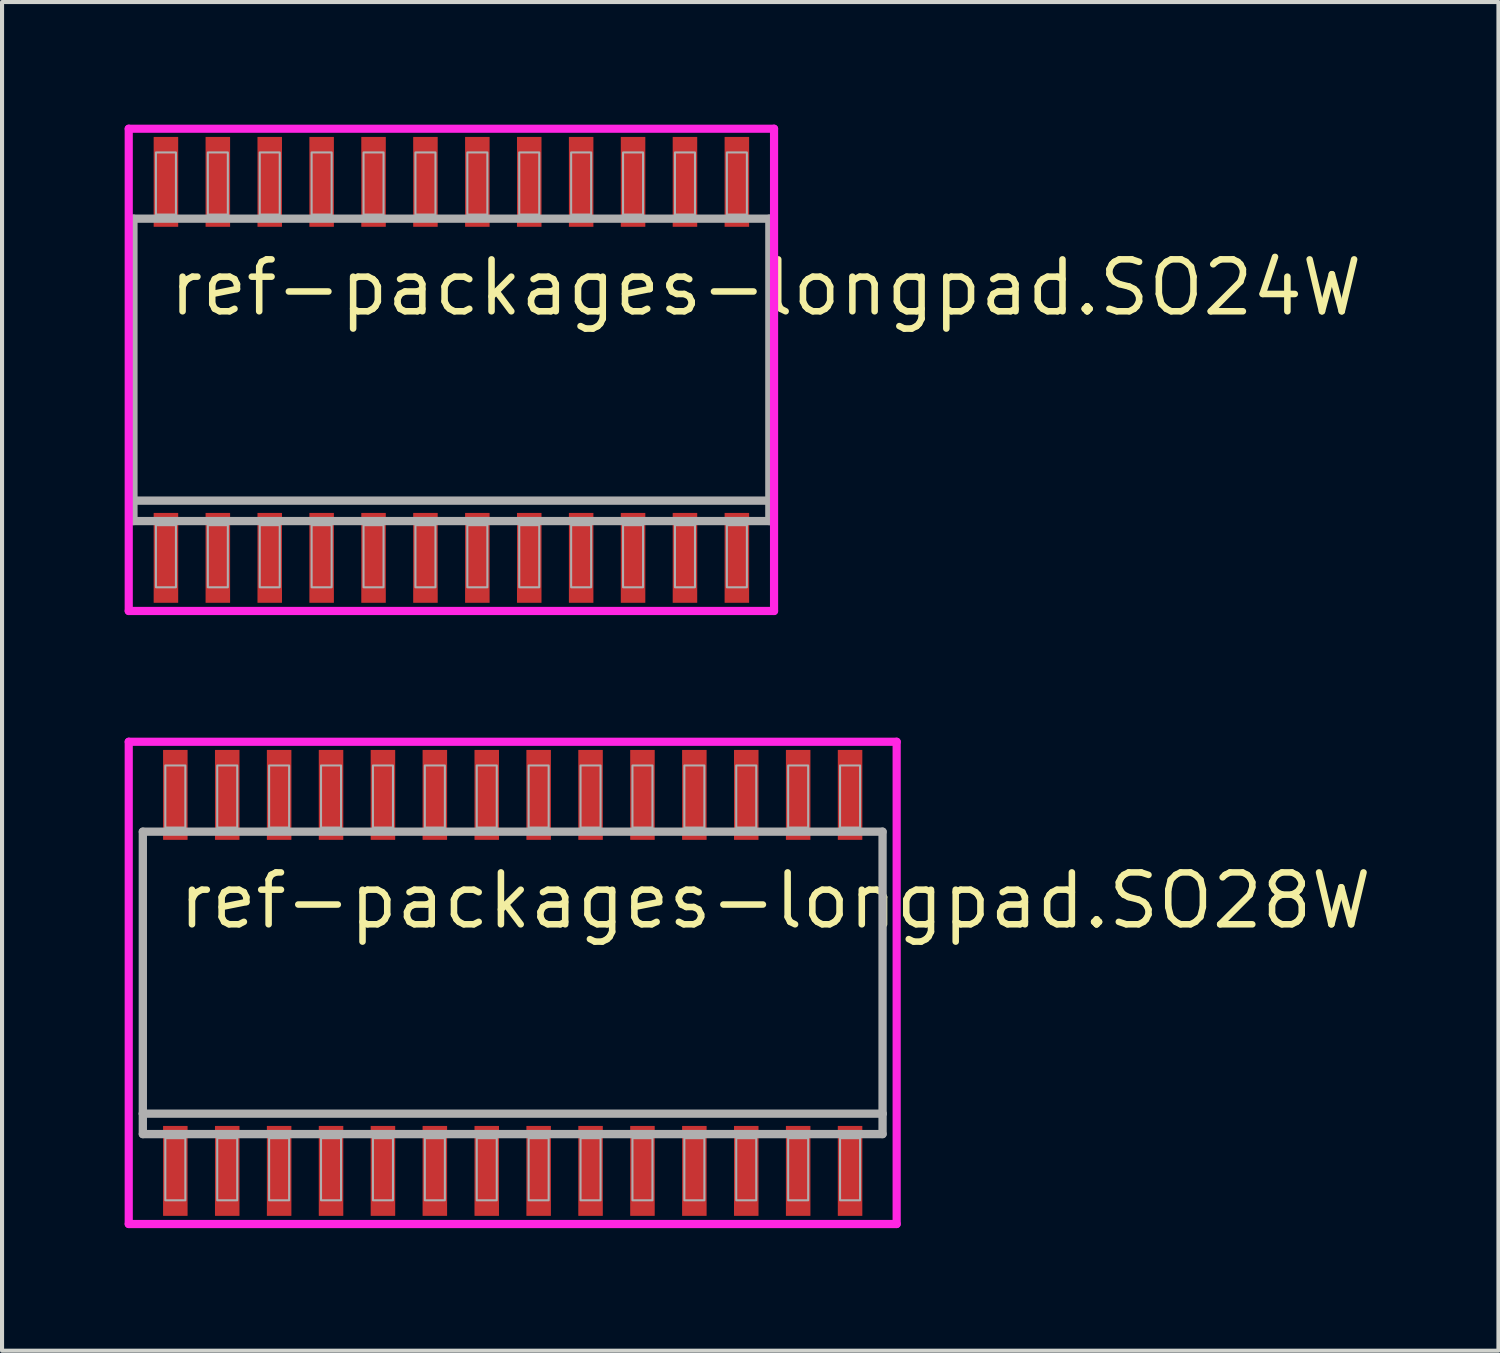
<source format=kicad_pcb>
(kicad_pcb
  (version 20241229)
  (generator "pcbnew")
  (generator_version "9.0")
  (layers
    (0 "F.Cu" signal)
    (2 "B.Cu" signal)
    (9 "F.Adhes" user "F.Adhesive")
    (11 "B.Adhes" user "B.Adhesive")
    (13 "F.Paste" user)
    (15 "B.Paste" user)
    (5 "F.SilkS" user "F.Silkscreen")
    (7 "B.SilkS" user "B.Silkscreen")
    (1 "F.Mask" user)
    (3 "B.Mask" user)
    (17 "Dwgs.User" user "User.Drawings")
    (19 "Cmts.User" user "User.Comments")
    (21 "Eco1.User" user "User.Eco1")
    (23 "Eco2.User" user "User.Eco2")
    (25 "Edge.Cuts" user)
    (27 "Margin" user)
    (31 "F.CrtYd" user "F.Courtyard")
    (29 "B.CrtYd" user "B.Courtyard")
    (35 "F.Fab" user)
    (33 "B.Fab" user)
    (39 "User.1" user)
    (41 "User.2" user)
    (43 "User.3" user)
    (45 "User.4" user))
  (footprint "ref-packages-longpad.SO24W"
    (layer "F.Cu")
    (at 7.995 6)
    (property "Reference" "ref-packages-longpad.SO24W" (at -6.985 -1.27 0) (layer "F.SilkS") (effects (font (size 1.27 1.27) (thickness 0.16)) (justify left bottom)))
    (attr smd)
    (fp_line (start -7.895 -5.9) (end 7.895 -5.9) (stroke (width 0.2) (type default)) (layer "F.CrtYd"))
    (fp_line (start -7.895 5.9) (end -7.895 -5.9) (stroke (width 0.2) (type default)) (layer "F.CrtYd"))
    (fp_line (start 7.895 -5.9) (end 7.895 5.9) (stroke (width 0.2) (type default)) (layer "F.CrtYd"))
    (fp_line (start 7.895 5.9) (end -7.895 5.9) (stroke (width 0.2) (type default)) (layer "F.CrtYd"))
    (fp_line (start -7.78 -3.7) (end 7.78 -3.7) (stroke (width 0.203) (type default)) (layer "F.Fab"))
    (fp_line (start -7.78 3.2) (end -7.78 -3.7) (stroke (width 0.203) (type default)) (layer "F.Fab"))
    (fp_line (start -7.78 3.7) (end -7.78 3.2) (stroke (width 0.203) (type default)) (layer "F.Fab"))
    (fp_line (start 7.78 -3.7) (end 7.78 3.2) (stroke (width 0.203) (type default)) (layer "F.Fab"))
    (fp_line (start 7.78 3.2) (end -7.78 3.2) (stroke (width 0.203) (type default)) (layer "F.Fab"))
    (fp_line (start 7.78 3.2) (end 7.78 3.7) (stroke (width 0.203) (type default)) (layer "F.Fab"))
    (fp_line (start 7.78 3.7) (end -7.78 3.7) (stroke (width 0.203) (type default)) (layer "F.Fab"))
    (fp_rect (start -7.23 -3.8) (end -6.74 -5.32) (stroke (width 0.05) (type default)) (fill no) (layer "F.Fab"))
    (fp_rect (start -7.23 5.32) (end -6.74 3.8) (stroke (width 0.05) (type default)) (fill no) (layer "F.Fab"))
    (fp_rect (start -5.96 -3.8) (end -5.47 -5.32) (stroke (width 0.05) (type default)) (fill no) (layer "F.Fab"))
    (fp_rect (start -5.96 5.32) (end -5.47 3.8) (stroke (width 0.05) (type default)) (fill no) (layer "F.Fab"))
    (fp_rect (start -4.69 -3.8) (end -4.2 -5.32) (stroke (width 0.05) (type default)) (fill no) (layer "F.Fab"))
    (fp_rect (start -4.69 5.32) (end -4.2 3.8) (stroke (width 0.05) (type default)) (fill no) (layer "F.Fab"))
    (fp_rect (start -3.42 -3.8) (end -2.93 -5.32) (stroke (width 0.05) (type default)) (fill no) (layer "F.Fab"))
    (fp_rect (start -3.42 5.32) (end -2.93 3.8) (stroke (width 0.05) (type default)) (fill no) (layer "F.Fab"))
    (fp_rect (start -2.15 -3.8) (end -1.66 -5.32) (stroke (width 0.05) (type default)) (fill no) (layer "F.Fab"))
    (fp_rect (start -2.15 5.32) (end -1.66 3.8) (stroke (width 0.05) (type default)) (fill no) (layer "F.Fab"))
    (fp_rect (start -0.88 -3.8) (end -0.39 -5.32) (stroke (width 0.05) (type default)) (fill no) (layer "F.Fab"))
    (fp_rect (start -0.88 5.32) (end -0.39 3.8) (stroke (width 0.05) (type default)) (fill no) (layer "F.Fab"))
    (fp_rect (start 0.39 -3.8) (end 0.88 -5.32) (stroke (width 0.05) (type default)) (fill no) (layer "F.Fab"))
    (fp_rect (start 0.39 5.32) (end 0.88 3.8) (stroke (width 0.05) (type default)) (fill no) (layer "F.Fab"))
    (fp_rect (start 1.66 -3.8) (end 2.15 -5.32) (stroke (width 0.05) (type default)) (fill no) (layer "F.Fab"))
    (fp_rect (start 1.66 5.32) (end 2.15 3.8) (stroke (width 0.05) (type default)) (fill no) (layer "F.Fab"))
    (fp_rect (start 2.93 -3.8) (end 3.42 -5.32) (stroke (width 0.05) (type default)) (fill no) (layer "F.Fab"))
    (fp_rect (start 2.93 5.32) (end 3.42 3.8) (stroke (width 0.05) (type default)) (fill no) (layer "F.Fab"))
    (fp_rect (start 4.2 -3.8) (end 4.69 -5.32) (stroke (width 0.05) (type default)) (fill no) (layer "F.Fab"))
    (fp_rect (start 4.2 5.32) (end 4.69 3.8) (stroke (width 0.05) (type default)) (fill no) (layer "F.Fab"))
    (fp_rect (start 5.47 -3.8) (end 5.96 -5.32) (stroke (width 0.05) (type default)) (fill no) (layer "F.Fab"))
    (fp_rect (start 5.47 5.32) (end 5.96 3.8) (stroke (width 0.05) (type default)) (fill no) (layer "F.Fab"))
    (fp_rect (start 6.74 -3.8) (end 7.23 -5.32) (stroke (width 0.05) (type default)) (fill no) (layer "F.Fab"))
    (fp_rect (start 6.74 5.32) (end 7.23 3.8) (stroke (width 0.05) (type default)) (fill no) (layer "F.Fab"))
    (pad "1" smd roundrect (at -6.985 4.6) (size 0.6 2.2) (layers "F.Cu" "F.Mask" "F.Paste") (roundrect_rratio 0.01))
    (pad "2" smd roundrect (at -5.715 4.6) (size 0.6 2.2) (layers "F.Cu" "F.Mask" "F.Paste") (roundrect_rratio 0.01))
    (pad "3" smd roundrect (at -4.445 4.6) (size 0.6 2.2) (layers "F.Cu" "F.Mask" "F.Paste") (roundrect_rratio 0.01))
    (pad "4" smd roundrect (at -3.175 4.6) (size 0.6 2.2) (layers "F.Cu" "F.Mask" "F.Paste") (roundrect_rratio 0.01))
    (pad "5" smd roundrect (at -1.905 4.6) (size 0.6 2.2) (layers "F.Cu" "F.Mask" "F.Paste") (roundrect_rratio 0.01))
    (pad "6" smd roundrect (at -0.635 4.6) (size 0.6 2.2) (layers "F.Cu" "F.Mask" "F.Paste") (roundrect_rratio 0.01))
    (pad "7" smd roundrect (at 0.635 4.6) (size 0.6 2.2) (layers "F.Cu" "F.Mask" "F.Paste") (roundrect_rratio 0.01))
    (pad "8" smd roundrect (at 1.905 4.6) (size 0.6 2.2) (layers "F.Cu" "F.Mask" "F.Paste") (roundrect_rratio 0.01))
    (pad "9" smd roundrect (at 3.175 4.6) (size 0.6 2.2) (layers "F.Cu" "F.Mask" "F.Paste") (roundrect_rratio 0.01))
    (pad "10" smd roundrect (at 4.445 4.6) (size 0.6 2.2) (layers "F.Cu" "F.Mask" "F.Paste") (roundrect_rratio 0.01))
    (pad "11" smd roundrect (at 5.715 4.6) (size 0.6 2.2) (layers "F.Cu" "F.Mask" "F.Paste") (roundrect_rratio 0.01))
    (pad "12" smd roundrect (at 6.985 4.6) (size 0.6 2.2) (layers "F.Cu" "F.Mask" "F.Paste") (roundrect_rratio 0.01))
    (pad "13" smd roundrect (at 6.985 -4.6) (size 0.6 2.2) (layers "F.Cu" "F.Mask" "F.Paste") (roundrect_rratio 0.01))
    (pad "14" smd roundrect (at 5.715 -4.6) (size 0.6 2.2) (layers "F.Cu" "F.Mask" "F.Paste") (roundrect_rratio 0.01))
    (pad "15" smd roundrect (at 4.445 -4.6) (size 0.6 2.2) (layers "F.Cu" "F.Mask" "F.Paste") (roundrect_rratio 0.01))
    (pad "16" smd roundrect (at 3.175 -4.6) (size 0.6 2.2) (layers "F.Cu" "F.Mask" "F.Paste") (roundrect_rratio 0.01))
    (pad "17" smd roundrect (at 1.905 -4.6) (size 0.6 2.2) (layers "F.Cu" "F.Mask" "F.Paste") (roundrect_rratio 0.01))
    (pad "18" smd roundrect (at 0.635 -4.6) (size 0.6 2.2) (layers "F.Cu" "F.Mask" "F.Paste") (roundrect_rratio 0.01))
    (pad "19" smd roundrect (at -0.635 -4.6) (size 0.6 2.2) (layers "F.Cu" "F.Mask" "F.Paste") (roundrect_rratio 0.01))
    (pad "20" smd roundrect (at -1.905 -4.6) (size 0.6 2.2) (layers "F.Cu" "F.Mask" "F.Paste") (roundrect_rratio 0.01))
    (pad "21" smd roundrect (at -3.175 -4.6) (size 0.6 2.2) (layers "F.Cu" "F.Mask" "F.Paste") (roundrect_rratio 0.01))
    (pad "22" smd roundrect (at -4.445 -4.6) (size 0.6 2.2) (layers "F.Cu" "F.Mask" "F.Paste") (roundrect_rratio 0.01))
    (pad "23" smd roundrect (at -5.715 -4.6) (size 0.6 2.2) (layers "F.Cu" "F.Mask" "F.Paste") (roundrect_rratio 0.01))
    (pad "24" smd roundrect (at -6.985 -4.6) (size 0.6 2.2) (layers "F.Cu" "F.Mask" "F.Paste") (roundrect_rratio 0.01)))
  (footprint "ref-packages-longpad.SO28W"
    (layer "F.Cu")
    (at 9.495 21)
    (property "Reference" "ref-packages-longpad.SO28W" (at -8.255 -1.27 0) (layer "F.SilkS") (effects (font (size 1.27 1.27) (thickness 0.16)) (justify left bottom)))
    (attr smd)
    (fp_line (start -9.395 -5.9) (end 9.395 -5.9) (stroke (width 0.2) (type default)) (layer "F.CrtYd"))
    (fp_line (start -9.395 5.9) (end -9.395 -5.9) (stroke (width 0.2) (type default)) (layer "F.CrtYd"))
    (fp_line (start 9.395 -5.9) (end 9.395 5.9) (stroke (width 0.2) (type default)) (layer "F.CrtYd"))
    (fp_line (start 9.395 5.9) (end -9.395 5.9) (stroke (width 0.2) (type default)) (layer "F.CrtYd"))
    (fp_line (start -9.05 -3.7) (end 9.05 -3.7) (stroke (width 0.203) (type default)) (layer "F.Fab"))
    (fp_line (start -9.05 3.2) (end -9.05 -3.7) (stroke (width 0.203) (type default)) (layer "F.Fab"))
    (fp_line (start -9.05 3.7) (end -9.05 3.2) (stroke (width 0.203) (type default)) (layer "F.Fab"))
    (fp_line (start 9.05 -3.7) (end 9.05 3.2) (stroke (width 0.203) (type default)) (layer "F.Fab"))
    (fp_line (start 9.05 3.2) (end -9.05 3.2) (stroke (width 0.203) (type default)) (layer "F.Fab"))
    (fp_line (start 9.05 3.2) (end 9.05 3.7) (stroke (width 0.203) (type default)) (layer "F.Fab"))
    (fp_line (start 9.05 3.7) (end -9.05 3.7) (stroke (width 0.203) (type default)) (layer "F.Fab"))
    (fp_rect (start -8.5 -3.8) (end -8.01 -5.32) (stroke (width 0.05) (type default)) (fill no) (layer "F.Fab"))
    (fp_rect (start -8.5 5.32) (end -8.01 3.8) (stroke (width 0.05) (type default)) (fill no) (layer "F.Fab"))
    (fp_rect (start -7.23 -3.8) (end -6.74 -5.32) (stroke (width 0.05) (type default)) (fill no) (layer "F.Fab"))
    (fp_rect (start -7.23 5.32) (end -6.74 3.8) (stroke (width 0.05) (type default)) (fill no) (layer "F.Fab"))
    (fp_rect (start -5.96 -3.8) (end -5.47 -5.32) (stroke (width 0.05) (type default)) (fill no) (layer "F.Fab"))
    (fp_rect (start -5.96 5.32) (end -5.47 3.8) (stroke (width 0.05) (type default)) (fill no) (layer "F.Fab"))
    (fp_rect (start -4.69 -3.8) (end -4.2 -5.32) (stroke (width 0.05) (type default)) (fill no) (layer "F.Fab"))
    (fp_rect (start -4.69 5.32) (end -4.2 3.8) (stroke (width 0.05) (type default)) (fill no) (layer "F.Fab"))
    (fp_rect (start -3.42 -3.8) (end -2.93 -5.32) (stroke (width 0.05) (type default)) (fill no) (layer "F.Fab"))
    (fp_rect (start -3.42 5.32) (end -2.93 3.8) (stroke (width 0.05) (type default)) (fill no) (layer "F.Fab"))
    (fp_rect (start -2.15 -3.8) (end -1.66 -5.32) (stroke (width 0.05) (type default)) (fill no) (layer "F.Fab"))
    (fp_rect (start -2.15 5.32) (end -1.66 3.8) (stroke (width 0.05) (type default)) (fill no) (layer "F.Fab"))
    (fp_rect (start -0.88 -3.8) (end -0.39 -5.32) (stroke (width 0.05) (type default)) (fill no) (layer "F.Fab"))
    (fp_rect (start -0.88 5.32) (end -0.39 3.8) (stroke (width 0.05) (type default)) (fill no) (layer "F.Fab"))
    (fp_rect (start 0.39 -3.8) (end 0.88 -5.32) (stroke (width 0.05) (type default)) (fill no) (layer "F.Fab"))
    (fp_rect (start 0.39 5.32) (end 0.88 3.8) (stroke (width 0.05) (type default)) (fill no) (layer "F.Fab"))
    (fp_rect (start 1.66 -3.8) (end 2.15 -5.32) (stroke (width 0.05) (type default)) (fill no) (layer "F.Fab"))
    (fp_rect (start 1.66 5.32) (end 2.15 3.8) (stroke (width 0.05) (type default)) (fill no) (layer "F.Fab"))
    (fp_rect (start 2.93 -3.8) (end 3.42 -5.32) (stroke (width 0.05) (type default)) (fill no) (layer "F.Fab"))
    (fp_rect (start 2.93 5.32) (end 3.42 3.8) (stroke (width 0.05) (type default)) (fill no) (layer "F.Fab"))
    (fp_rect (start 4.2 -3.8) (end 4.69 -5.32) (stroke (width 0.05) (type default)) (fill no) (layer "F.Fab"))
    (fp_rect (start 4.2 5.32) (end 4.69 3.8) (stroke (width 0.05) (type default)) (fill no) (layer "F.Fab"))
    (fp_rect (start 5.47 -3.8) (end 5.96 -5.32) (stroke (width 0.05) (type default)) (fill no) (layer "F.Fab"))
    (fp_rect (start 5.47 5.32) (end 5.96 3.8) (stroke (width 0.05) (type default)) (fill no) (layer "F.Fab"))
    (fp_rect (start 6.74 -3.8) (end 7.23 -5.32) (stroke (width 0.05) (type default)) (fill no) (layer "F.Fab"))
    (fp_rect (start 6.74 5.32) (end 7.23 3.8) (stroke (width 0.05) (type default)) (fill no) (layer "F.Fab"))
    (fp_rect (start 8.01 -3.8) (end 8.5 -5.32) (stroke (width 0.05) (type default)) (fill no) (layer "F.Fab"))
    (fp_rect (start 8.01 5.32) (end 8.5 3.8) (stroke (width 0.05) (type default)) (fill no) (layer "F.Fab"))
    (pad "1" smd roundrect (at -8.255 4.6) (size 0.6 2.2) (layers "F.Cu" "F.Mask" "F.Paste") (roundrect_rratio 0.01))
    (pad "2" smd roundrect (at -6.985 4.6) (size 0.6 2.2) (layers "F.Cu" "F.Mask" "F.Paste") (roundrect_rratio 0.01))
    (pad "3" smd roundrect (at -5.715 4.6) (size 0.6 2.2) (layers "F.Cu" "F.Mask" "F.Paste") (roundrect_rratio 0.01))
    (pad "4" smd roundrect (at -4.445 4.6) (size 0.6 2.2) (layers "F.Cu" "F.Mask" "F.Paste") (roundrect_rratio 0.01))
    (pad "5" smd roundrect (at -3.175 4.6) (size 0.6 2.2) (layers "F.Cu" "F.Mask" "F.Paste") (roundrect_rratio 0.01))
    (pad "6" smd roundrect (at -1.905 4.6) (size 0.6 2.2) (layers "F.Cu" "F.Mask" "F.Paste") (roundrect_rratio 0.01))
    (pad "7" smd roundrect (at -0.635 4.6) (size 0.6 2.2) (layers "F.Cu" "F.Mask" "F.Paste") (roundrect_rratio 0.01))
    (pad "8" smd roundrect (at 0.635 4.6) (size 0.6 2.2) (layers "F.Cu" "F.Mask" "F.Paste") (roundrect_rratio 0.01))
    (pad "9" smd roundrect (at 1.905 4.6) (size 0.6 2.2) (layers "F.Cu" "F.Mask" "F.Paste") (roundrect_rratio 0.01))
    (pad "10" smd roundrect (at 3.175 4.6) (size 0.6 2.2) (layers "F.Cu" "F.Mask" "F.Paste") (roundrect_rratio 0.01))
    (pad "11" smd roundrect (at 4.445 4.6) (size 0.6 2.2) (layers "F.Cu" "F.Mask" "F.Paste") (roundrect_rratio 0.01))
    (pad "12" smd roundrect (at 5.715 4.6) (size 0.6 2.2) (layers "F.Cu" "F.Mask" "F.Paste") (roundrect_rratio 0.01))
    (pad "13" smd roundrect (at 6.985 4.6) (size 0.6 2.2) (layers "F.Cu" "F.Mask" "F.Paste") (roundrect_rratio 0.01))
    (pad "14" smd roundrect (at 8.255 4.6) (size 0.6 2.2) (layers "F.Cu" "F.Mask" "F.Paste") (roundrect_rratio 0.01))
    (pad "15" smd roundrect (at 8.255 -4.6) (size 0.6 2.2) (layers "F.Cu" "F.Mask" "F.Paste") (roundrect_rratio 0.01))
    (pad "16" smd roundrect (at 6.985 -4.6) (size 0.6 2.2) (layers "F.Cu" "F.Mask" "F.Paste") (roundrect_rratio 0.01))
    (pad "17" smd roundrect (at 5.715 -4.6) (size 0.6 2.2) (layers "F.Cu" "F.Mask" "F.Paste") (roundrect_rratio 0.01))
    (pad "18" smd roundrect (at 4.445 -4.6) (size 0.6 2.2) (layers "F.Cu" "F.Mask" "F.Paste") (roundrect_rratio 0.01))
    (pad "19" smd roundrect (at 3.175 -4.6) (size 0.6 2.2) (layers "F.Cu" "F.Mask" "F.Paste") (roundrect_rratio 0.01))
    (pad "20" smd roundrect (at 1.905 -4.6) (size 0.6 2.2) (layers "F.Cu" "F.Mask" "F.Paste") (roundrect_rratio 0.01))
    (pad "21" smd roundrect (at 0.635 -4.6) (size 0.6 2.2) (layers "F.Cu" "F.Mask" "F.Paste") (roundrect_rratio 0.01))
    (pad "22" smd roundrect (at -0.635 -4.6) (size 0.6 2.2) (layers "F.Cu" "F.Mask" "F.Paste") (roundrect_rratio 0.01))
    (pad "23" smd roundrect (at -1.905 -4.6) (size 0.6 2.2) (layers "F.Cu" "F.Mask" "F.Paste") (roundrect_rratio 0.01))
    (pad "24" smd roundrect (at -3.175 -4.6) (size 0.6 2.2) (layers "F.Cu" "F.Mask" "F.Paste") (roundrect_rratio 0.01))
    (pad "25" smd roundrect (at -4.445 -4.6) (size 0.6 2.2) (layers "F.Cu" "F.Mask" "F.Paste") (roundrect_rratio 0.01))
    (pad "26" smd roundrect (at -5.715 -4.6) (size 0.6 2.2) (layers "F.Cu" "F.Mask" "F.Paste") (roundrect_rratio 0.01))
    (pad "27" smd roundrect (at -6.985 -4.6) (size 0.6 2.2) (layers "F.Cu" "F.Mask" "F.Paste") (roundrect_rratio 0.01))
    (pad "28" smd roundrect (at -8.255 -4.6) (size 0.6 2.2) (layers "F.Cu" "F.Mask" "F.Paste") (roundrect_rratio 0.01)))
  (gr_rect
    (start -3 -3)
    (end 33.615 30)
    (stroke (width 0.1) (type default))
    (fill no)
    (layer "Edge.Cuts")))
</source>
